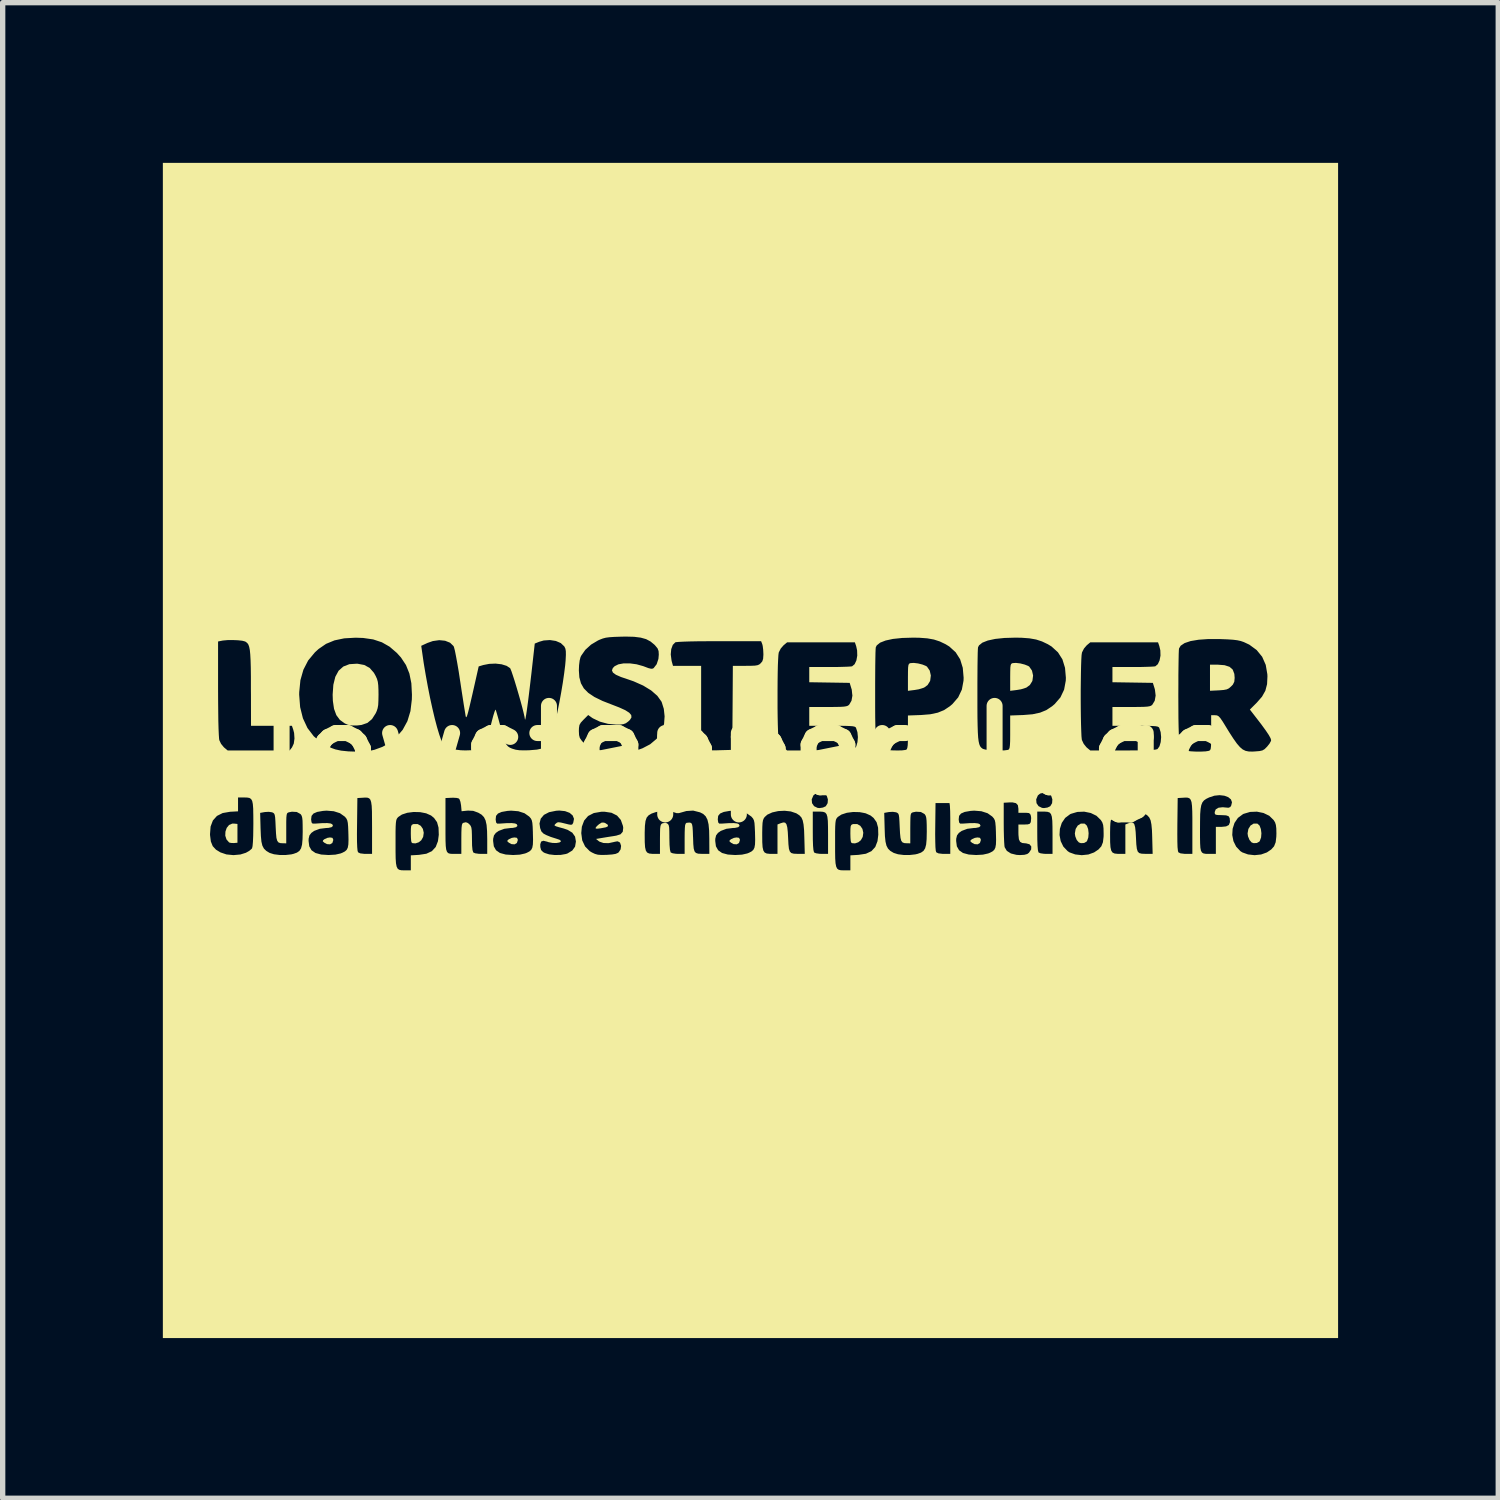
<source format=kicad_pcb>
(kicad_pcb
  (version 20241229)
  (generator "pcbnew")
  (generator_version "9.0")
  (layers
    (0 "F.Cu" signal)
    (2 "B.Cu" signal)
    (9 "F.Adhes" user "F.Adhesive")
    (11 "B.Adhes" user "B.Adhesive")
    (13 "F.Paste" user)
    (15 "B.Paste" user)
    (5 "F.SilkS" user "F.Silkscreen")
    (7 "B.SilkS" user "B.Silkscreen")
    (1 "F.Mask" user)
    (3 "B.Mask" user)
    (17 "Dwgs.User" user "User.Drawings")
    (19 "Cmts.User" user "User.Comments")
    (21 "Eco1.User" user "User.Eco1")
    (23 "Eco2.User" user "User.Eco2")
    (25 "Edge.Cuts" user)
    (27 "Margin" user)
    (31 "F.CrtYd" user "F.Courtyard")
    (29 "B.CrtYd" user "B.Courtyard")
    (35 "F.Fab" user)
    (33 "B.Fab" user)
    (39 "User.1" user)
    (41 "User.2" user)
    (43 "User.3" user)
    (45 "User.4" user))
  (footprint "lowstepper_logo"
    (layer "F.Cu")
    (at 11.005 11.005)
    (property "Reference" "lowstepper_logo" (at 0 0 0) (layer "F.SilkS") (effects (font (size 1.524 1.524) (thickness 0.3))))
    (attr board_only exclude_from_pos_files exclude_from_bom)
    (fp_poly (pts (xy -9.608 1.376) (xy -9.608 1.728) (xy -9.674 1.734) (xy -9.729 1.732) (xy -9.764 1.723) (xy -9.813 1.667) (xy -9.836 1.596) (xy -9.833 1.52) (xy -9.809 1.45) (xy -9.766 1.396) (xy -9.706 1.37) (xy -9.677 1.369)) (stroke (width 0) (type solid)) (fill yes) (layer "F.SilkS"))
    (fp_poly (pts (xy -7.83 1.636) (xy -7.815 1.664) (xy -7.814 1.681) (xy -7.831 1.733) (xy -7.874 1.758) (xy -7.931 1.754) (xy -7.98 1.728) (xy -8.01 1.701) (xy -8.004 1.682) (xy -7.98 1.662) (xy -7.925 1.637) (xy -7.876 1.629)) (stroke (width 0) (type solid)) (fill yes) (layer "F.SilkS"))
    (fp_poly (pts (xy -4.374 1.636) (xy -4.359 1.664) (xy -4.358 1.681) (xy -4.375 1.733) (xy -4.418 1.758) (xy -4.476 1.754) (xy -4.524 1.728) (xy -4.554 1.701) (xy -4.549 1.682) (xy -4.524 1.662) (xy -4.47 1.637) (xy -4.42 1.629)) (stroke (width 0) (type solid)) (fill yes) (layer "F.SilkS"))
    (fp_poly (pts (xy -0.215 1.636) (xy -0.199 1.664) (xy -0.198 1.681) (xy -0.215 1.733) (xy -0.258 1.758) (xy -0.316 1.754) (xy -0.364 1.728) (xy -0.394 1.701) (xy -0.389 1.682) (xy -0.364 1.662) (xy -0.31 1.637) (xy -0.26 1.629)) (stroke (width 0) (type solid)) (fill yes) (layer "F.SilkS"))
    (fp_poly (pts (xy 4.298 1.636) (xy 4.313 1.664) (xy 4.314 1.681) (xy 4.297 1.733) (xy 4.254 1.758) (xy 4.196 1.754) (xy 4.148 1.728) (xy 4.118 1.701) (xy 4.123 1.682) (xy 4.148 1.662) (xy 4.202 1.637) (xy 4.252 1.629)) (stroke (width 0) (type solid)) (fill yes) (layer "F.SilkS"))
    (fp_poly (pts (xy -2.743 1.351) (xy -2.719 1.36) (xy -2.673 1.391) (xy -2.668 1.418) (xy -2.705 1.438) (xy -2.713 1.44) (xy -2.808 1.458) (xy -2.867 1.465) (xy -2.896 1.463) (xy -2.901 1.45) (xy -2.9 1.448) (xy -2.878 1.418) (xy -2.835 1.38) (xy -2.833 1.379) (xy -2.785 1.35)) (stroke (width 0) (type solid)) (fill yes) (layer "F.SilkS"))
    (fp_poly (pts (xy 8.879 -1.597) (xy 8.972 -1.567) (xy 9.032 -1.514) (xy 9.062 -1.434) (xy 9.068 -1.359) (xy 9.061 -1.287) (xy 9.034 -1.233) (xy 9.001 -1.199) (xy 8.961 -1.164) (xy 8.919 -1.144) (xy 8.861 -1.133) (xy 8.774 -1.126) (xy 8.77 -1.126) (xy 8.606 -1.118) (xy 8.606 -1.607) (xy 8.75 -1.607)) (stroke (width 0) (type solid)) (fill yes) (layer "F.SilkS"))
    (fp_poly (pts (xy 6.262 1.373) (xy 6.3 1.408) (xy 6.324 1.472) (xy 6.333 1.55) (xy 6.327 1.629) (xy 6.304 1.694) (xy 6.294 1.707) (xy 6.248 1.733) (xy 6.188 1.736) (xy 6.15 1.722) (xy 6.11 1.676) (xy 6.083 1.608) (xy 6.075 1.554) (xy 6.09 1.47) (xy 6.129 1.406) (xy 6.186 1.37) (xy 6.252 1.369)) (stroke (width 0) (type solid)) (fill yes) (layer "F.SilkS"))
    (fp_poly (pts (xy 9.498 1.373) (xy 9.535 1.408) (xy 9.559 1.472) (xy 9.569 1.55) (xy 9.563 1.629) (xy 9.539 1.694) (xy 9.53 1.707) (xy 9.483 1.733) (xy 9.423 1.736) (xy 9.385 1.722) (xy 9.346 1.676) (xy 9.318 1.608) (xy 9.31 1.554) (xy 9.325 1.47) (xy 9.365 1.406) (xy 9.422 1.37) (xy 9.488 1.369)) (stroke (width 0) (type solid)) (fill yes) (layer "F.SilkS"))
    (fp_poly (pts (xy -6.233 1.378) (xy -6.175 1.411) (xy -6.135 1.469) (xy -6.119 1.541) (xy -6.13 1.619) (xy -6.165 1.681) (xy -6.213 1.72) (xy -6.274 1.74) (xy -6.328 1.736) (xy -6.346 1.724) (xy -6.354 1.696) (xy -6.359 1.637) (xy -6.361 1.558) (xy -6.361 1.55) (xy -6.36 1.468) (xy -6.355 1.419) (xy -6.343 1.394) (xy -6.319 1.381) (xy -6.306 1.378)) (stroke (width 0) (type solid)) (fill yes) (layer "F.SilkS"))
    (fp_poly (pts (xy 1.999 1.378) (xy 2.057 1.411) (xy 2.097 1.469) (xy 2.113 1.541) (xy 2.102 1.619) (xy 2.067 1.681) (xy 2.018 1.72) (xy 1.958 1.74) (xy 1.904 1.736) (xy 1.886 1.724) (xy 1.878 1.696) (xy 1.873 1.637) (xy 1.871 1.558) (xy 1.871 1.55) (xy 1.872 1.468) (xy 1.877 1.419) (xy 1.889 1.394) (xy 1.913 1.381) (xy 1.926 1.378)) (stroke (width 0) (type solid)) (fill yes) (layer "F.SilkS"))
    (fp_poly (pts (xy 3.139 -1.63) (xy 3.222 -1.609) (xy 3.286 -1.583) (xy 3.306 -1.57) (xy 3.357 -1.496) (xy 3.378 -1.404) (xy 3.366 -1.309) (xy 3.36 -1.294) (xy 3.317 -1.225) (xy 3.251 -1.177) (xy 3.153 -1.146) (xy 3.076 -1.133) (xy 2.949 -1.117) (xy 2.949 -1.371) (xy 2.95 -1.479) (xy 2.952 -1.552) (xy 2.958 -1.597) (xy 2.968 -1.621) (xy 2.984 -1.632) (xy 2.997 -1.636) (xy 3.058 -1.64)) (stroke (width 0) (type solid)) (fill yes) (layer "F.SilkS"))
    (fp_poly (pts (xy 5.054 -1.63) (xy 5.136 -1.609) (xy 5.201 -1.583) (xy 5.221 -1.57) (xy 5.272 -1.496) (xy 5.293 -1.404) (xy 5.281 -1.309) (xy 5.275 -1.294) (xy 5.232 -1.225) (xy 5.166 -1.177) (xy 5.068 -1.146) (xy 4.991 -1.133) (xy 4.864 -1.117) (xy 4.864 -1.371) (xy 4.865 -1.479) (xy 4.867 -1.552) (xy 4.873 -1.597) (xy 4.883 -1.621) (xy 4.899 -1.632) (xy 4.912 -1.636) (xy 4.973 -1.64)) (stroke (width 0) (type solid)) (fill yes) (layer "F.SilkS"))
    (fp_poly (pts (xy -7.361 -1.625) (xy -7.233 -1.601) (xy -7.132 -1.546) (xy -7.052 -1.454) (xy -7.018 -1.393) (xy -6.994 -1.339) (xy -6.979 -1.285) (xy -6.971 -1.22) (xy -6.967 -1.131) (xy -6.966 -1.045) (xy -6.968 -0.932) (xy -6.972 -0.851) (xy -6.983 -0.79) (xy -7 -0.738) (xy -7.018 -0.698) (xy -7.088 -0.588) (xy -7.174 -0.516) (xy -7.284 -0.478) (xy -7.371 -0.468) (xy -7.468 -0.468) (xy -7.54 -0.481) (xy -7.597 -0.506) (xy -7.689 -0.572) (xy -7.756 -0.662) (xy -7.799 -0.779) (xy -7.821 -0.928) (xy -7.825 -1.045) (xy -7.812 -1.231) (xy -7.775 -1.38) (xy -7.713 -1.494) (xy -7.625 -1.572) (xy -7.512 -1.616) (xy -7.372 -1.625)) (stroke (width 0) (type solid)) (fill yes) (layer "F.SilkS"))
    (fp_poly (pts (xy 11.005 11.005) (xy -11.005 11.005) (xy -11.005 1.569) (xy -10.122 1.569) (xy -10.121 1.588) (xy -10.106 1.705) (xy -10.071 1.792) (xy -10.01 1.858) (xy -9.926 1.909) (xy -9.814 1.947) (xy -9.683 1.96) (xy -9.552 1.948) (xy -9.45 1.916) (xy -9.388 1.881) (xy -9.343 1.843) (xy -9.334 1.83) (xy -9.325 1.791) (xy -9.318 1.712) (xy -9.313 1.598) (xy -9.311 1.454) (xy -9.31 1.368) (xy -9.311 1.209) (xy -9.312 1.169) (xy -9.183 1.169) (xy -9.175 1.464) (xy -9.169 1.604) (xy -9.159 1.708) (xy -9.141 1.783) (xy -9.112 1.838) (xy -9.069 1.88) (xy -9.01 1.916) (xy -9.001 1.92) (xy -8.924 1.944) (xy -8.821 1.957) (xy -8.708 1.958) (xy -8.6 1.946) (xy -8.558 1.936) (xy -8.494 1.913) (xy -8.448 1.881) (xy -8.417 1.833) (xy -8.398 1.762) (xy -8.392 1.694) (xy -8.276 1.694) (xy -8.263 1.795) (xy -8.221 1.869) (xy -8.147 1.92) (xy -8.04 1.949) (xy -7.902 1.958) (xy -7.775 1.951) (xy -7.677 1.929) (xy -7.644 1.916) (xy -7.596 1.891) (xy -7.563 1.862) (xy -7.542 1.821) (xy -7.531 1.76) (xy -7.528 1.672) (xy -7.53 1.567) (xy -7.37 1.567) (xy -7.369 1.708) (xy -7.365 1.81) (xy -7.359 1.875) (xy -7.35 1.906) (xy -7.349 1.907) (xy -7.309 1.927) (xy -7.235 1.936) (xy -7.206 1.937) (xy -7.087 1.937) (xy -7.087 1.736) (xy -6.647 1.736) (xy -6.647 1.898) (xy -6.645 2.022) (xy -6.639 2.112) (xy -6.627 2.174) (xy -6.608 2.213) (xy -6.58 2.234) (xy -6.541 2.243) (xy -6.488 2.245) (xy -6.469 2.245) (xy -6.361 2.245) (xy -6.361 1.964) (xy -6.208 1.955) (xy -6.07 1.934) (xy -5.967 1.886) (xy -5.895 1.808) (xy -5.853 1.699) (xy -5.837 1.578) (xy -5.838 1.561) (xy -5.712 1.561) (xy -5.711 1.691) (xy -5.707 1.787) (xy -5.699 1.853) (xy -5.684 1.897) (xy -5.662 1.922) (xy -5.63 1.933) (xy -5.586 1.937) (xy -5.53 1.937) (xy -5.53 1.937) (xy -5.415 1.937) (xy -5.415 1.653) (xy -5.414 1.534) (xy -5.411 1.451) (xy -5.405 1.399) (xy -5.396 1.37) (xy -5.381 1.357) (xy -5.38 1.356) (xy -5.33 1.344) (xy -5.291 1.359) (xy -5.26 1.387) (xy -5.24 1.412) (xy -5.227 1.446) (xy -5.22 1.499) (xy -5.217 1.579) (xy -5.216 1.657) (xy -5.214 1.78) (xy -5.206 1.864) (xy -5.192 1.908) (xy -5.19 1.911) (xy -5.154 1.926) (xy -5.091 1.935) (xy -5.047 1.937) (xy -4.93 1.937) (xy -4.93 1.694) (xy -4.82 1.694) (xy -4.807 1.795) (xy -4.765 1.869) (xy -4.692 1.92) (xy -4.584 1.949) (xy -4.446 1.958) (xy -4.319 1.951) (xy -4.221 1.929) (xy -4.188 1.916) (xy -4.14 1.891) (xy -4.107 1.862) (xy -4.086 1.821) (xy -4.075 1.76) (xy -4.072 1.672) (xy -4.075 1.548) (xy -4.075 1.532) (xy -4.079 1.428) (xy -4.084 1.368) (xy -3.951 1.368) (xy -3.939 1.454) (xy -3.916 1.516) (xy -3.876 1.557) (xy -3.823 1.585) (xy -3.74 1.619) (xy -3.652 1.647) (xy -3.636 1.652) (xy -3.577 1.672) (xy -3.55 1.694) (xy -3.549 1.702) (xy -3.577 1.723) (xy -3.634 1.733) (xy -3.706 1.732) (xy -3.78 1.718) (xy -3.808 1.708) (xy -3.878 1.691) (xy -3.92 1.706) (xy -3.937 1.757) (xy -3.936 1.809) (xy -3.921 1.865) (xy -3.883 1.903) (xy -3.852 1.92) (xy -3.77 1.946) (xy -3.665 1.958) (xy -3.554 1.956) (xy -3.458 1.939) (xy -3.427 1.929) (xy -3.337 1.874) (xy -3.285 1.801) (xy -3.269 1.705) (xy -3.285 1.613) (xy -3.331 1.548) (xy -3.169 1.548) (xy -3.151 1.684) (xy -3.097 1.798) (xy -3.011 1.885) (xy -2.97 1.91) (xy -2.913 1.937) (xy -2.858 1.952) (xy -2.79 1.957) (xy -2.694 1.955) (xy -2.693 1.955) (xy -2.593 1.948) (xy -2.526 1.937) (xy -2.482 1.918) (xy -2.467 1.906) (xy -2.432 1.852) (xy -2.423 1.787) (xy -2.441 1.731) (xy -2.454 1.717) (xy -2.491 1.701) (xy -2.545 1.711) (xy -2.556 1.714) (xy -2.657 1.736) (xy -2.753 1.733) (xy -2.829 1.707) (xy -2.841 1.698) (xy -2.892 1.657) (xy -2.75 1.633) (xy -2.658 1.618) (xy -2.567 1.604) (xy -2.514 1.595) (xy -2.485 1.586) (xy -1.981 1.586) (xy -1.98 1.718) (xy -1.974 1.811) (xy -1.96 1.874) (xy -1.936 1.911) (xy -1.897 1.93) (xy -1.841 1.936) (xy -1.803 1.937) (xy -1.695 1.937) (xy -1.695 1.663) (xy -1.694 1.548) (xy -1.692 1.469) (xy -1.686 1.418) (xy -1.677 1.389) (xy -1.662 1.372) (xy -1.651 1.365) (xy -1.594 1.353) (xy -1.563 1.365) (xy -1.544 1.379) (xy -1.531 1.402) (xy -1.523 1.442) (xy -1.52 1.508) (xy -1.519 1.607) (xy -1.519 1.636) (xy -1.516 1.768) (xy -1.508 1.858) (xy -1.496 1.906) (xy -1.492 1.911) (xy -1.456 1.926) (xy -1.394 1.935) (xy -1.349 1.937) (xy -1.233 1.937) (xy -1.233 1.653) (xy -1.232 1.534) (xy -1.229 1.453) (xy -1.224 1.4) (xy -1.214 1.371) (xy -1.2 1.357) (xy -1.196 1.355) (xy -1.144 1.35) (xy -1.122 1.354) (xy -1.105 1.364) (xy -1.093 1.389) (xy -1.085 1.434) (xy -1.08 1.507) (xy -1.076 1.617) (xy -1.075 1.63) (xy -1.071 1.752) (xy -1.063 1.836) (xy -1.048 1.889) (xy -1.022 1.919) (xy -0.979 1.933) (xy -0.916 1.936) (xy -0.886 1.937) (xy -0.77 1.937) (xy -0.771 1.694) (xy -0.66 1.694) (xy -0.647 1.795) (xy -0.605 1.869) (xy -0.532 1.92) (xy -0.424 1.949) (xy -0.286 1.958) (xy -0.159 1.951) (xy -0.061 1.929) (xy -0.028 1.916) (xy 0.02 1.891) (xy 0.053 1.862) (xy 0.074 1.821) (xy 0.085 1.76) (xy 0.088 1.672) (xy 0.086 1.586) (xy 0.22 1.586) (xy 0.221 1.718) (xy 0.227 1.811) (xy 0.241 1.874) (xy 0.265 1.911) (xy 0.304 1.93) (xy 0.36 1.936) (xy 0.398 1.937) (xy 0.506 1.937) (xy 0.506 1.386) (xy 0.567 1.362) (xy 0.615 1.348) (xy 0.649 1.352) (xy 0.673 1.38) (xy 0.689 1.437) (xy 0.699 1.527) (xy 0.705 1.638) (xy 0.711 1.757) (xy 0.72 1.84) (xy 0.737 1.892) (xy 0.765 1.921) (xy 0.809 1.933) (xy 0.875 1.936) (xy 0.899 1.937) (xy 1.017 1.937) (xy 1.009 1.633) (xy 1.005 1.514) (xy 1.167 1.514) (xy 1.168 1.671) (xy 1.172 1.786) (xy 1.179 1.863) (xy 1.189 1.904) (xy 1.193 1.911) (xy 1.229 1.926) (xy 1.292 1.935) (xy 1.336 1.937) (xy 1.453 1.937) (xy 1.453 1.736) (xy 1.585 1.736) (xy 1.585 1.898) (xy 1.587 2.022) (xy 1.593 2.112) (xy 1.605 2.174) (xy 1.624 2.213) (xy 1.652 2.234) (xy 1.691 2.243) (xy 1.744 2.245) (xy 1.762 2.245) (xy 1.871 2.245) (xy 1.871 1.964) (xy 2.024 1.955) (xy 2.162 1.934) (xy 2.265 1.886) (xy 2.337 1.808) (xy 2.379 1.699) (xy 2.394 1.578) (xy 2.39 1.445) (xy 2.362 1.343) (xy 2.306 1.264) (xy 2.249 1.218) (xy 2.158 1.177) (xy 2.12 1.169) (xy 2.505 1.169) (xy 2.513 1.464) (xy 2.518 1.604) (xy 2.529 1.708) (xy 2.547 1.783) (xy 2.576 1.838) (xy 2.618 1.88) (xy 2.678 1.916) (xy 2.687 1.92) (xy 2.763 1.944) (xy 2.866 1.957) (xy 2.98 1.958) (xy 3.087 1.946) (xy 3.13 1.936) (xy 3.194 1.913) (xy 3.24 1.881) (xy 3.271 1.833) (xy 3.29 1.762) (xy 3.299 1.662) (xy 3.301 1.567) (xy 3.459 1.567) (xy 3.461 1.708) (xy 3.464 1.81) (xy 3.47 1.875) (xy 3.479 1.906) (xy 3.48 1.907) (xy 3.52 1.927) (xy 3.594 1.936) (xy 3.623 1.937) (xy 3.742 1.937) (xy 3.742 1.694) (xy 3.852 1.694) (xy 3.865 1.795) (xy 3.907 1.869) (xy 3.98 1.92) (xy 4.088 1.949) (xy 4.226 1.958) (xy 4.353 1.951) (xy 4.451 1.929) (xy 4.484 1.916) (xy 4.532 1.891) (xy 4.565 1.862) (xy 4.586 1.821) (xy 4.597 1.76) (xy 4.6 1.672) (xy 4.597 1.548) (xy 4.597 1.532) (xy 4.593 1.428) (xy 4.587 1.365) (xy 4.743 1.365) (xy 4.744 1.495) (xy 4.747 1.614) (xy 4.751 1.712) (xy 4.756 1.782) (xy 4.76 1.811) (xy 4.801 1.88) (xy 4.877 1.929) (xy 4.982 1.955) (xy 5.046 1.959) (xy 5.13 1.954) (xy 5.184 1.939) (xy 5.216 1.915) (xy 5.257 1.853) (xy 5.259 1.798) (xy 5.226 1.757) (xy 5.16 1.739) (xy 5.152 1.739) (xy 5.089 1.733) (xy 5.049 1.71) (xy 5.027 1.663) (xy 5.019 1.582) (xy 5.018 1.536) (xy 5.018 1.514) (xy 5.371 1.514) (xy 5.372 1.671) (xy 5.376 1.786) (xy 5.383 1.863) (xy 5.393 1.904) (xy 5.397 1.911) (xy 5.433 1.926) (xy 5.496 1.935) (xy 5.54 1.937) (xy 5.657 1.937) (xy 5.657 1.583) (xy 5.788 1.583) (xy 5.81 1.698) (xy 5.86 1.801) (xy 5.94 1.885) (xy 5.976 1.909) (xy 6.082 1.947) (xy 6.205 1.961) (xy 6.329 1.948) (xy 6.434 1.91) (xy 6.436 1.909) (xy 6.518 1.854) (xy 6.571 1.795) (xy 6.601 1.719) (xy 6.613 1.617) (xy 6.614 1.586) (xy 6.735 1.586) (xy 6.736 1.718) (xy 6.742 1.811) (xy 6.756 1.874) (xy 6.78 1.911) (xy 6.819 1.93) (xy 6.875 1.936) (xy 6.913 1.937) (xy 7.021 1.937) (xy 7.021 1.386) (xy 7.082 1.362) (xy 7.13 1.348) (xy 7.165 1.352) (xy 7.188 1.38) (xy 7.204 1.437) (xy 7.214 1.527) (xy 7.22 1.638) (xy 7.226 1.757) (xy 7.236 1.84) (xy 7.252 1.892) (xy 7.28 1.921) (xy 7.324 1.933) (xy 7.39 1.936) (xy 7.414 1.937) (xy 7.532 1.937) (xy 7.524 1.633) (xy 7.522 1.567) (xy 7.994 1.567) (xy 7.995 1.708) (xy 7.998 1.81) (xy 8.005 1.875) (xy 8.013 1.906) (xy 8.014 1.907) (xy 8.054 1.927) (xy 8.129 1.936) (xy 8.158 1.937) (xy 8.276 1.937) (xy 8.276 1.469) (xy 8.419 1.469) (xy 8.419 1.624) (xy 8.421 1.74) (xy 8.426 1.823) (xy 8.437 1.878) (xy 8.457 1.912) (xy 8.486 1.929) (xy 8.528 1.936) (xy 8.584 1.937) (xy 8.601 1.937) (xy 8.716 1.937) (xy 8.716 1.583) (xy 9.023 1.583) (xy 9.045 1.698) (xy 9.096 1.801) (xy 9.175 1.885) (xy 9.212 1.909) (xy 9.318 1.947) (xy 9.441 1.961) (xy 9.564 1.948) (xy 9.67 1.91) (xy 9.672 1.909) (xy 9.753 1.854) (xy 9.806 1.795) (xy 9.836 1.719) (xy 9.848 1.617) (xy 9.85 1.556) (xy 9.848 1.46) (xy 9.84 1.395) (xy 9.825 1.347) (xy 9.798 1.303) (xy 9.797 1.302) (xy 9.716 1.223) (xy 9.608 1.171) (xy 9.485 1.146) (xy 9.357 1.151) (xy 9.235 1.187) (xy 9.222 1.194) (xy 9.129 1.263) (xy 9.065 1.357) (xy 9.03 1.467) (xy 9.023 1.583) (xy 8.716 1.583) (xy 8.716 1.431) (xy 8.822 1.431) (xy 8.908 1.422) (xy 8.959 1.396) (xy 8.979 1.346) (xy 8.98 1.329) (xy 8.975 1.267) (xy 8.954 1.231) (xy 8.907 1.215) (xy 8.825 1.211) (xy 8.824 1.211) (xy 8.751 1.209) (xy 8.713 1.203) (xy 8.697 1.186) (xy 8.694 1.156) (xy 8.694 1.155) (xy 8.713 1.104) (xy 8.766 1.072) (xy 8.845 1.063) (xy 8.895 1.068) (xy 8.952 1.073) (xy 8.985 1.06) (xy 9.003 1.033) (xy 9.018 0.97) (xy 8.998 0.916) (xy 8.947 0.874) (xy 8.874 0.847) (xy 8.785 0.837) (xy 8.688 0.847) (xy 8.591 0.879) (xy 8.536 0.906) (xy 8.494 0.935) (xy 8.464 0.972) (xy 8.443 1.024) (xy 8.43 1.095) (xy 8.422 1.193) (xy 8.42 1.324) (xy 8.419 1.469) (xy 8.276 1.469) (xy 8.276 1.443) (xy 8.276 1.271) (xy 8.274 1.137) (xy 8.269 1.037) (xy 8.26 0.967) (xy 8.244 0.922) (xy 8.221 0.896) (xy 8.189 0.884) (xy 8.146 0.882) (xy 8.103 0.885) (xy 8.001 0.891) (xy 7.995 1.384) (xy 7.994 1.567) (xy 7.522 1.567) (xy 7.519 1.491) (xy 7.509 1.385) (xy 7.494 1.309) (xy 7.469 1.255) (xy 7.432 1.215) (xy 7.382 1.182) (xy 7.371 1.176) (xy 7.271 1.142) (xy 7.155 1.129) (xy 7.035 1.135) (xy 6.923 1.16) (xy 6.831 1.202) (xy 6.781 1.247) (xy 6.762 1.275) (xy 6.749 1.309) (xy 6.741 1.358) (xy 6.737 1.429) (xy 6.735 1.533) (xy 6.735 1.586) (xy 6.614 1.586) (xy 6.614 1.556) (xy 6.612 1.46) (xy 6.605 1.395) (xy 6.589 1.347) (xy 6.562 1.303) (xy 6.561 1.302) (xy 6.48 1.223) (xy 6.373 1.171) (xy 6.25 1.146) (xy 6.122 1.151) (xy 6 1.187) (xy 5.986 1.194) (xy 5.894 1.263) (xy 5.83 1.357) (xy 5.795 1.467) (xy 5.788 1.583) (xy 5.657 1.583) (xy 5.657 1.575) (xy 5.656 1.428) (xy 5.653 1.318) (xy 5.644 1.241) (xy 5.628 1.191) (xy 5.602 1.162) (xy 5.563 1.149) (xy 5.51 1.145) (xy 5.479 1.145) (xy 5.371 1.145) (xy 5.371 1.514) (xy 5.018 1.514) (xy 5.018 1.387) (xy 5.128 1.387) (xy 5.194 1.384) (xy 5.23 1.373) (xy 5.247 1.348) (xy 5.251 1.332) (xy 5.257 1.265) (xy 5.251 1.222) (xy 5.238 1.189) (xy 5.213 1.172) (xy 5.161 1.167) (xy 5.128 1.167) (xy 5.018 1.167) (xy 5.018 1.092) (xy 5.008 1.025) (xy 4.973 0.987) (xy 4.906 0.972) (xy 4.849 0.973) (xy 4.743 0.979) (xy 4.743 1.365) (xy 4.587 1.365) (xy 4.587 1.357) (xy 4.577 1.31) (xy 4.561 1.276) (xy 4.535 1.245) (xy 4.526 1.236) (xy 4.44 1.175) (xy 4.324 1.138) (xy 4.189 1.127) (xy 4.12 1.132) (xy 4.012 1.151) (xy 3.943 1.181) (xy 3.907 1.225) (xy 3.9 1.288) (xy 3.9 1.294) (xy 3.908 1.348) (xy 3.926 1.369) (xy 3.967 1.37) (xy 3.973 1.37) (xy 4.107 1.361) (xy 4.202 1.36) (xy 4.264 1.367) (xy 4.296 1.382) (xy 4.309 1.413) (xy 4.282 1.437) (xy 4.222 1.45) (xy 4.182 1.452) (xy 4.061 1.467) (xy 3.957 1.506) (xy 3.903 1.544) (xy 3.868 1.591) (xy 3.853 1.654) (xy 3.852 1.694) (xy 3.742 1.694) (xy 3.742 1.443) (xy 3.742 1.271) (xy 3.74 1.137) (xy 3.735 1.037) (xy 3.725 0.967) (xy 3.71 0.922) (xy 3.705 0.916) (xy 5.351 0.916) (xy 5.357 0.987) (xy 5.395 1.043) (xy 5.46 1.075) (xy 5.497 1.079) (xy 5.562 1.069) (xy 5.613 1.045) (xy 5.616 1.042) (xy 5.649 0.987) (xy 5.654 0.916) (xy 5.633 0.85) (xy 5.62 0.833) (xy 5.565 0.8) (xy 5.494 0.791) (xy 5.426 0.807) (xy 5.383 0.841) (xy 5.351 0.916) (xy 3.705 0.916) (xy 3.687 0.896) (xy 3.655 0.884) (xy 3.612 0.882) (xy 3.569 0.885) (xy 3.467 0.891) (xy 3.461 1.384) (xy 3.459 1.567) (xy 3.301 1.567) (xy 3.302 1.524) (xy 3.302 1.516) (xy 3.301 1.397) (xy 3.298 1.315) (xy 3.292 1.26) (xy 3.282 1.224) (xy 3.267 1.199) (xy 3.258 1.189) (xy 3.191 1.152) (xy 3.1 1.147) (xy 3.043 1.158) (xy 3.023 1.166) (xy 3.009 1.18) (xy 3 1.208) (xy 2.996 1.257) (xy 2.994 1.336) (xy 2.993 1.451) (xy 2.993 1.739) (xy 2.933 1.738) (xy 2.883 1.735) (xy 2.848 1.722) (xy 2.824 1.691) (xy 2.81 1.637) (xy 2.801 1.552) (xy 2.795 1.437) (xy 2.79 1.327) (xy 2.785 1.253) (xy 2.778 1.207) (xy 2.766 1.181) (xy 2.748 1.167) (xy 2.727 1.158) (xy 2.666 1.149) (xy 2.595 1.153) (xy 2.587 1.154) (xy 2.505 1.169) (xy 2.12 1.169) (xy 2.045 1.155) (xy 1.923 1.152) (xy 1.805 1.167) (xy 1.704 1.2) (xy 1.636 1.245) (xy 1.619 1.264) (xy 1.606 1.285) (xy 1.597 1.314) (xy 1.591 1.358) (xy 1.587 1.423) (xy 1.585 1.515) (xy 1.585 1.642) (xy 1.585 1.736) (xy 1.453 1.736) (xy 1.453 1.575) (xy 1.452 1.428) (xy 1.449 1.318) (xy 1.44 1.241) (xy 1.424 1.191) (xy 1.398 1.162) (xy 1.359 1.149) (xy 1.306 1.145) (xy 1.275 1.145) (xy 1.167 1.145) (xy 1.167 1.514) (xy 1.005 1.514) (xy 1.004 1.491) (xy 0.994 1.385) (xy 0.978 1.309) (xy 0.954 1.255) (xy 0.917 1.215) (xy 0.867 1.182) (xy 0.856 1.176) (xy 0.756 1.142) (xy 0.64 1.129) (xy 0.52 1.135) (xy 0.408 1.16) (xy 0.316 1.202) (xy 0.266 1.247) (xy 0.247 1.275) (xy 0.234 1.309) (xy 0.226 1.358) (xy 0.222 1.429) (xy 0.22 1.533) (xy 0.22 1.586) (xy 0.086 1.586) (xy 0.085 1.548) (xy 0.085 1.532) (xy 0.08 1.428) (xy 0.075 1.357) (xy 0.065 1.31) (xy 0.049 1.276) (xy 0.023 1.245) (xy 0.014 1.236) (xy -0.073 1.175) (xy -0.188 1.138) (xy -0.323 1.127) (xy -0.393 1.132) (xy -0.5 1.151) (xy -0.569 1.181) (xy -0.605 1.225) (xy -0.612 1.288) (xy -0.612 1.294) (xy -0.604 1.348) (xy -0.586 1.369) (xy -0.545 1.37) (xy -0.539 1.37) (xy -0.405 1.361) (xy -0.31 1.36) (xy -0.248 1.367) (xy -0.216 1.382) (xy -0.204 1.413) (xy -0.23 1.437) (xy -0.29 1.45) (xy -0.33 1.452) (xy -0.451 1.467) (xy -0.555 1.506) (xy -0.609 1.544) (xy -0.644 1.591) (xy -0.659 1.654) (xy -0.66 1.694) (xy -0.771 1.694) (xy -0.771 1.656) (xy -0.774 1.501) (xy -0.785 1.383) (xy -0.806 1.296) (xy -0.839 1.233) (xy -0.885 1.189) (xy -0.944 1.159) (xy -1.073 1.126) (xy -1.2 1.134) (xy -1.274 1.155) (xy -1.338 1.173) (xy -1.386 1.173) (xy -1.441 1.155) (xy -1.545 1.127) (xy -1.66 1.129) (xy -1.778 1.156) (xy -1.853 1.182) (xy -1.907 1.214) (xy -1.944 1.257) (xy -1.966 1.321) (xy -1.977 1.412) (xy -1.981 1.537) (xy -1.981 1.586) (xy -2.485 1.586) (xy -2.434 1.57) (xy -2.392 1.523) (xy -2.383 1.449) (xy -2.388 1.414) (xy -2.428 1.301) (xy -2.499 1.219) (xy -2.602 1.167) (xy -2.734 1.147) (xy -2.796 1.148) (xy -2.934 1.172) (xy -3.041 1.227) (xy -3.115 1.313) (xy -3.158 1.428) (xy -3.169 1.548) (xy -3.331 1.548) (xy -3.335 1.541) (xy -3.423 1.487) (xy -3.499 1.461) (xy -3.588 1.437) (xy -3.642 1.42) (xy -3.667 1.407) (xy -3.669 1.395) (xy -3.656 1.379) (xy -3.646 1.37) (xy -3.622 1.35) (xy -3.594 1.344) (xy -3.549 1.35) (xy -3.475 1.368) (xy -3.402 1.386) (xy -3.36 1.392) (xy -3.338 1.385) (xy -3.324 1.363) (xy -3.319 1.352) (xy -3.305 1.28) (xy -3.33 1.217) (xy -3.387 1.168) (xy -3.473 1.136) (xy -3.581 1.125) (xy -3.64 1.129) (xy -3.772 1.156) (xy -3.868 1.206) (xy -3.928 1.277) (xy -3.951 1.368) (xy -4.084 1.368) (xy -4.085 1.357) (xy -4.095 1.31) (xy -4.111 1.276) (xy -4.137 1.245) (xy -4.146 1.236) (xy -4.233 1.175) (xy -4.348 1.138) (xy -4.483 1.127) (xy -4.553 1.132) (xy -4.66 1.151) (xy -4.729 1.181) (xy -4.765 1.225) (xy -4.772 1.288) (xy -4.772 1.294) (xy -4.764 1.348) (xy -4.746 1.369) (xy -4.705 1.37) (xy -4.699 1.37) (xy -4.565 1.361) (xy -4.47 1.36) (xy -4.408 1.367) (xy -4.376 1.382) (xy -4.364 1.413) (xy -4.39 1.437) (xy -4.45 1.45) (xy -4.49 1.452) (xy -4.611 1.467) (xy -4.715 1.506) (xy -4.769 1.544) (xy -4.804 1.591) (xy -4.819 1.654) (xy -4.82 1.694) (xy -4.93 1.694) (xy -4.93 1.662) (xy -4.933 1.51) (xy -4.942 1.395) (xy -4.961 1.31) (xy -4.991 1.249) (xy -5.035 1.203) (xy -5.095 1.167) (xy -5.099 1.165) (xy -5.192 1.131) (xy -5.286 1.126) (xy -5.303 1.127) (xy -5.41 1.138) (xy -5.42 1.029) (xy -5.432 0.961) (xy -5.449 0.916) (xy 1.147 0.916) (xy 1.153 0.987) (xy 1.191 1.043) (xy 1.256 1.075) (xy 1.293 1.079) (xy 1.358 1.069) (xy 1.409 1.045) (xy 1.412 1.042) (xy 1.445 0.987) (xy 1.45 0.916) (xy 1.429 0.85) (xy 1.416 0.833) (xy 1.361 0.8) (xy 1.29 0.791) (xy 1.222 0.807) (xy 1.179 0.841) (xy 1.147 0.916) (xy -5.449 0.916) (xy -5.45 0.913) (xy -5.461 0.9) (xy -5.5 0.889) (xy -5.564 0.885) (xy -5.602 0.886) (xy -5.712 0.891) (xy -5.712 1.393) (xy -5.712 1.561) (xy -5.838 1.561) (xy -5.842 1.445) (xy -5.87 1.343) (xy -5.926 1.264) (xy -5.982 1.218) (xy -6.074 1.177) (xy -6.187 1.155) (xy -6.309 1.152) (xy -6.427 1.167) (xy -6.528 1.2) (xy -6.595 1.245) (xy -6.613 1.264) (xy -6.626 1.285) (xy -6.635 1.314) (xy -6.641 1.358) (xy -6.645 1.423) (xy -6.647 1.515) (xy -6.647 1.642) (xy -6.647 1.736) (xy -7.087 1.736) (xy -7.087 1.443) (xy -7.088 1.271) (xy -7.089 1.137) (xy -7.094 1.037) (xy -7.104 0.967) (xy -7.119 0.922) (xy -7.142 0.896) (xy -7.174 0.884) (xy -7.217 0.882) (xy -7.261 0.885) (xy -7.362 0.891) (xy -7.368 1.384) (xy -7.37 1.567) (xy -7.53 1.567) (xy -7.531 1.548) (xy -7.531 1.532) (xy -7.535 1.428) (xy -7.541 1.357) (xy -7.551 1.31) (xy -7.567 1.276) (xy -7.592 1.245) (xy -7.602 1.236) (xy -7.688 1.175) (xy -7.804 1.138) (xy -7.939 1.127) (xy -8.008 1.132) (xy -8.115 1.151) (xy -8.184 1.181) (xy -8.22 1.225) (xy -8.228 1.288) (xy -8.228 1.294) (xy -8.22 1.348) (xy -8.201 1.369) (xy -8.16 1.37) (xy -8.155 1.37) (xy -8.021 1.361) (xy -7.925 1.36) (xy -7.864 1.367) (xy -7.832 1.382) (xy -7.819 1.413) (xy -7.846 1.437) (xy -7.905 1.45) (xy -7.946 1.452) (xy -8.067 1.467) (xy -8.171 1.506) (xy -8.224 1.544) (xy -8.26 1.591) (xy -8.275 1.654) (xy -8.276 1.694) (xy -8.392 1.694) (xy -8.389 1.662) (xy -8.386 1.524) (xy -8.386 1.516) (xy -8.387 1.397) (xy -8.389 1.315) (xy -8.395 1.26) (xy -8.405 1.224) (xy -8.42 1.199) (xy -8.43 1.189) (xy -8.497 1.152) (xy -8.588 1.147) (xy -8.645 1.158) (xy -8.665 1.166) (xy -8.679 1.18) (xy -8.687 1.208) (xy -8.692 1.257) (xy -8.694 1.336) (xy -8.694 1.451) (xy -8.694 1.739) (xy -8.755 1.738) (xy -8.805 1.735) (xy -8.84 1.722) (xy -8.863 1.691) (xy -8.878 1.637) (xy -8.886 1.552) (xy -8.892 1.437) (xy -8.897 1.327) (xy -8.902 1.253) (xy -8.91 1.207) (xy -8.922 1.181) (xy -8.939 1.167) (xy -8.96 1.158) (xy -9.021 1.149) (xy -9.093 1.153) (xy -9.1 1.154) (xy -9.183 1.169) (xy -9.312 1.169) (xy -9.313 1.09) (xy -9.32 1.003) (xy -9.332 0.945) (xy -9.353 0.909) (xy -9.384 0.889) (xy -9.426 0.882) (xy -9.483 0.88) (xy -9.488 0.88) (xy -9.597 0.88) (xy -9.597 1.14) (xy -9.746 1.148) (xy -9.885 1.172) (xy -9.992 1.226) (xy -10.068 1.311) (xy -10.111 1.425) (xy -10.122 1.569) (xy -11.005 1.569) (xy -11.005 -2.041) (xy -9.971 -2.041) (xy -9.971 -1.158) (xy -9.97 -0.931) (xy -9.968 -0.727) (xy -9.966 -0.55) (xy -9.962 -0.405) (xy -9.957 -0.294) (xy -9.952 -0.221) (xy -9.948 -0.194) (xy -9.915 -0.124) (xy -9.864 -0.062) (xy -9.858 -0.056) (xy -9.791 0) (xy -8.631 0) (xy -8.586 -0.058) (xy -8.553 -0.129) (xy -8.54 -0.224) (xy -8.547 -0.328) (xy -8.564 -0.393) (xy -8.588 -0.462) (xy -9.354 -0.462) (xy -9.355 -1.045) (xy -8.452 -1.045) (xy -8.434 -0.812) (xy -8.382 -0.603) (xy -8.297 -0.421) (xy -8.179 -0.266) (xy -8.029 -0.141) (xy -7.849 -0.047) (xy -7.774 -0.02) (xy -7.667 0.003) (xy -7.531 0.017) (xy -7.383 0.022) (xy -7.238 0.017) (xy -7.109 0.002) (xy -7.042 -0.013) (xy -6.894 -0.067) (xy -6.771 -0.134) (xy -6.655 -0.226) (xy -6.636 -0.244) (xy -6.514 -0.386) (xy -6.425 -0.549) (xy -6.368 -0.737) (xy -6.342 -0.954) (xy -6.34 -1.045) (xy -6.351 -1.259) (xy -6.388 -1.441) (xy -6.452 -1.6) (xy -6.546 -1.742) (xy -6.624 -1.828) (xy -6.758 -1.943) (xy -6.787 -1.96) (xy -6.166 -1.96) (xy -6.151 -1.855) (xy -6.12 -1.639) (xy -6.083 -1.419) (xy -6.043 -1.2) (xy -6.001 -0.987) (xy -5.957 -0.786) (xy -5.913 -0.6) (xy -5.87 -0.437) (xy -5.829 -0.3) (xy -5.792 -0.194) (xy -5.76 -0.125) (xy -5.75 -0.111) (xy -5.68 -0.058) (xy -5.573 -0.022) (xy -5.426 -0.004) (xy -5.338 -0.001) (xy -5.219 -0.005) (xy -5.131 -0.016) (xy -5.061 -0.037) (xy -5.048 -0.043) (xy -4.956 -0.084) (xy -4.872 -0.437) (xy -4.843 -0.552) (xy -4.817 -0.649) (xy -4.795 -0.72) (xy -4.78 -0.759) (xy -4.773 -0.764) (xy -4.762 -0.733) (xy -4.743 -0.669) (xy -4.718 -0.581) (xy -4.69 -0.478) (xy -4.689 -0.475) (xy -4.652 -0.335) (xy -4.621 -0.232) (xy -4.595 -0.159) (xy -4.57 -0.109) (xy -4.541 -0.076) (xy -4.507 -0.053) (xy -4.464 -0.034) (xy -4.46 -0.033) (xy -4.397 -0.014) (xy -4.325 -0.004) (xy -4.231 -0.002) (xy -4.144 -0.004) (xy -4 -0.016) (xy -3.893 -0.039) (xy -3.819 -0.074) (xy -3.773 -0.124) (xy -3.761 -0.15) (xy -3.729 -0.244) (xy -3.696 -0.365) (xy -3.214 -0.365) (xy -3.21 -0.288) (xy -3.196 -0.235) (xy -3.163 -0.187) (xy -3.141 -0.162) (xy -3.063 -0.098) (xy -2.954 -0.045) (xy -2.916 -0.03) (xy -2.849 -0.009) (xy -2.79 0.006) (xy -2.727 0.014) (xy -2.65 0.018) (xy -2.546 0.018) (xy -2.454 0.016) (xy -2.32 0.011) (xy -2.22 0.005) (xy -2.143 -0.005) (xy -2.08 -0.02) (xy -2.022 -0.041) (xy -1.879 -0.116) (xy -1.759 -0.217) (xy -1.671 -0.337) (xy -1.651 -0.378) (xy -1.618 -0.5) (xy -1.608 -0.639) (xy -1.623 -0.779) (xy -1.661 -0.901) (xy -1.668 -0.917) (xy -1.745 -1.024) (xy -1.861 -1.125) (xy -2.01 -1.216) (xy -2.188 -1.295) (xy -2.289 -1.33) (xy -2.425 -1.376) (xy -2.52 -1.418) (xy -2.576 -1.459) (xy -2.594 -1.5) (xy -2.578 -1.543) (xy -2.544 -1.578) (xy -2.474 -1.613) (xy -2.376 -1.631) (xy -2.258 -1.631) (xy -2.133 -1.614) (xy -2.011 -1.58) (xy -1.989 -1.572) (xy -1.91 -1.542) (xy -1.859 -1.53) (xy -1.828 -1.534) (xy -1.813 -1.543) (xy -1.757 -1.615) (xy -1.724 -1.715) (xy -1.717 -1.795) (xy -1.717 -1.799) (xy -1.493 -1.799) (xy -1.479 -1.69) (xy -1.474 -1.667) (xy -1.451 -1.585) (xy -0.924 -1.585) (xy -0.924 -0.129) (xy -0.859 -0.064) (xy -0.829 -0.034) (xy -0.8 -0.016) (xy -0.764 -0.006) (xy -0.709 -0.002) (xy -0.626 -0.003) (xy -0.568 -0.005) (xy -0.341 -0.011) (xy -0.335 -0.798) (xy -0.334 -0.959) (xy 0.507 -0.959) (xy 0.507 -0.79) (xy 0.509 -0.63) (xy 0.512 -0.485) (xy 0.516 -0.361) (xy 0.521 -0.266) (xy 0.527 -0.206) (xy 0.529 -0.194) (xy 0.562 -0.124) (xy 0.613 -0.062) (xy 0.619 -0.056) (xy 0.686 0) (xy 1.296 0) (xy 1.49 -0.001) (xy 1.645 -0.002) (xy 1.762 -0.005) (xy 1.848 -0.01) (xy 1.905 -0.016) (xy 1.938 -0.024) (xy 1.945 -0.028) (xy 1.982 -0.078) (xy 2.004 -0.157) (xy 2.012 -0.25) (xy 2.003 -0.343) (xy 1.977 -0.423) (xy 1.977 -0.424) (xy 1.967 -0.437) (xy 1.947 -0.447) (xy 1.911 -0.454) (xy 1.855 -0.458) (xy 1.771 -0.461) (xy 1.654 -0.462) (xy 1.529 -0.462) (xy 1.101 -0.462) (xy 1.101 -0.814) (xy 1.453 -0.814) (xy 1.586 -0.815) (xy 1.683 -0.817) (xy 1.75 -0.821) (xy 1.794 -0.828) (xy 1.823 -0.838) (xy 1.844 -0.853) (xy 1.848 -0.857) (xy 1.892 -0.931) (xy 1.909 -1.028) (xy 1.904 -1.068) (xy 2.335 -1.068) (xy 2.335 -1.045) (xy 2.335 -0.813) (xy 2.336 -0.621) (xy 2.339 -0.465) (xy 2.343 -0.341) (xy 2.349 -0.244) (xy 2.358 -0.172) (xy 2.37 -0.119) (xy 2.385 -0.081) (xy 2.404 -0.056) (xy 2.427 -0.037) (xy 2.443 -0.028) (xy 2.49 -0.016) (xy 2.566 -0.007) (xy 2.659 -0.002) (xy 2.755 0.000169) (xy 2.841 -0.002) (xy 2.902 -0.01) (xy 2.915 -0.013) (xy 2.929 -0.025) (xy 2.938 -0.051) (xy 2.945 -0.098) (xy 2.948 -0.172) (xy 2.949 -0.282) (xy 2.949 -0.341) (xy 2.949 -0.655) (xy 3.197 -0.664) (xy 3.368 -0.678) (xy 3.508 -0.708) (xy 3.626 -0.756) (xy 3.734 -0.828) (xy 3.782 -0.869) (xy 3.89 -0.994) (xy 3.925 -1.068) (xy 4.25 -1.068) (xy 4.25 -1.045) (xy 4.25 -0.813) (xy 4.251 -0.621) (xy 4.254 -0.465) (xy 4.258 -0.341) (xy 4.264 -0.244) (xy 4.273 -0.172) (xy 4.285 -0.119) (xy 4.3 -0.081) (xy 4.319 -0.056) (xy 4.342 -0.037) (xy 4.358 -0.028) (xy 4.404 -0.016) (xy 4.481 -0.007) (xy 4.574 -0.002) (xy 4.67 0.000169) (xy 4.756 -0.002) (xy 4.817 -0.01) (xy 4.829 -0.013) (xy 4.843 -0.025) (xy 4.853 -0.051) (xy 4.859 -0.098) (xy 4.863 -0.172) (xy 4.864 -0.282) (xy 4.864 -0.341) (xy 4.864 -0.655) (xy 5.112 -0.664) (xy 5.283 -0.678) (xy 5.423 -0.708) (xy 5.541 -0.756) (xy 5.649 -0.828) (xy 5.697 -0.869) (xy 5.775 -0.959) (xy 6.185 -0.959) (xy 6.186 -0.79) (xy 6.188 -0.63) (xy 6.191 -0.485) (xy 6.195 -0.361) (xy 6.199 -0.266) (xy 6.205 -0.206) (xy 6.208 -0.194) (xy 6.241 -0.124) (xy 6.291 -0.062) (xy 6.297 -0.056) (xy 6.364 0) (xy 6.975 0) (xy 7.169 -0.001) (xy 7.323 -0.002) (xy 7.441 -0.005) (xy 7.527 -0.01) (xy 7.584 -0.016) (xy 7.616 -0.024) (xy 7.624 -0.028) (xy 7.66 -0.078) (xy 7.683 -0.157) (xy 7.691 -0.25) (xy 7.682 -0.343) (xy 7.656 -0.423) (xy 7.656 -0.424) (xy 7.645 -0.437) (xy 7.625 -0.447) (xy 7.59 -0.454) (xy 7.533 -0.458) (xy 7.45 -0.461) (xy 7.333 -0.462) (xy 7.208 -0.462) (xy 6.779 -0.462) (xy 6.779 -0.814) (xy 7.131 -0.814) (xy 7.265 -0.815) (xy 7.362 -0.817) (xy 7.429 -0.821) (xy 7.473 -0.828) (xy 7.502 -0.838) (xy 7.522 -0.853) (xy 7.526 -0.857) (xy 7.571 -0.931) (xy 7.588 -1.028) (xy 7.586 -1.046) (xy 8.013 -1.046) (xy 8.013 -1.023) (xy 8.014 -0.791) (xy 8.015 -0.599) (xy 8.018 -0.443) (xy 8.022 -0.319) (xy 8.028 -0.222) (xy 8.037 -0.15) (xy 8.049 -0.097) (xy 8.064 -0.059) (xy 8.082 -0.034) (xy 8.106 -0.015) (xy 8.122 -0.006) (xy 8.17 0.006) (xy 8.249 0.016) (xy 8.343 0.021) (xy 8.439 0.021) (xy 8.524 0.017) (xy 8.579 0.008) (xy 8.598 0.001) (xy 8.611 -0.011) (xy 8.62 -0.037) (xy 8.625 -0.082) (xy 8.627 -0.154) (xy 8.628 -0.259) (xy 8.628 -0.333) (xy 8.628 -0.66) (xy 8.7 -0.66) (xy 8.737 -0.657) (xy 8.767 -0.641) (xy 8.799 -0.607) (xy 8.841 -0.546) (xy 8.869 -0.501) (xy 8.965 -0.344) (xy 9.044 -0.222) (xy 9.11 -0.129) (xy 9.167 -0.063) (xy 9.219 -0.019) (xy 9.272 0.007) (xy 9.33 0.019) (xy 9.397 0.021) (xy 9.452 0.018) (xy 9.535 0.011) (xy 9.588 -0.001) (xy 9.629 -0.025) (xy 9.671 -0.067) (xy 9.676 -0.072) (xy 9.72 -0.127) (xy 9.747 -0.176) (xy 9.751 -0.193) (xy 9.74 -0.23) (xy 9.707 -0.29) (xy 9.65 -0.375) (xy 9.567 -0.489) (xy 9.48 -0.602) (xy 9.353 -0.766) (xy 9.482 -0.895) (xy 9.58 -1.007) (xy 9.643 -1.119) (xy 9.675 -1.242) (xy 9.682 -1.389) (xy 9.68 -1.429) (xy 9.65 -1.603) (xy 9.583 -1.755) (xy 9.48 -1.881) (xy 9.342 -1.982) (xy 9.24 -2.03) (xy 9.182 -2.05) (xy 9.118 -2.064) (xy 9.037 -2.074) (xy 8.931 -2.081) (xy 8.797 -2.086) (xy 8.578 -2.087) (xy 8.393 -2.074) (xy 8.243 -2.049) (xy 8.13 -2.011) (xy 8.057 -1.962) (xy 8.026 -1.91) (xy 8.023 -1.878) (xy 8.02 -1.806) (xy 8.018 -1.7) (xy 8.016 -1.567) (xy 8.014 -1.409) (xy 8.014 -1.234) (xy 8.013 -1.046) (xy 7.586 -1.046) (xy 7.575 -1.138) (xy 7.568 -1.164) (xy 7.536 -1.266) (xy 7.158 -1.272) (xy 6.779 -1.278) (xy 6.779 -1.563) (xy 7.163 -1.563) (xy 7.29 -1.563) (xy 7.404 -1.566) (xy 7.496 -1.569) (xy 7.558 -1.573) (xy 7.582 -1.576) (xy 7.629 -1.616) (xy 7.662 -1.687) (xy 7.679 -1.777) (xy 7.676 -1.875) (xy 7.657 -1.956) (xy 7.633 -2.025) (xy 6.364 -2.025) (xy 6.297 -1.969) (xy 6.246 -1.909) (xy 6.21 -1.838) (xy 6.208 -1.831) (xy 6.201 -1.786) (xy 6.196 -1.703) (xy 6.192 -1.59) (xy 6.189 -1.452) (xy 6.187 -1.297) (xy 6.185 -1.13) (xy 6.185 -0.959) (xy 5.775 -0.959) (xy 5.805 -0.994) (xy 5.874 -1.14) (xy 5.905 -1.307) (xy 5.907 -1.362) (xy 5.891 -1.548) (xy 5.842 -1.707) (xy 5.758 -1.839) (xy 5.639 -1.947) (xy 5.569 -1.99) (xy 5.46 -2.042) (xy 5.35 -2.078) (xy 5.226 -2.1) (xy 5.079 -2.111) (xy 4.962 -2.113) (xy 4.756 -2.107) (xy 4.583 -2.089) (xy 4.444 -2.059) (xy 4.343 -2.019) (xy 4.28 -1.968) (xy 4.262 -1.932) (xy 4.259 -1.9) (xy 4.256 -1.828) (xy 4.254 -1.722) (xy 4.252 -1.589) (xy 4.251 -1.431) (xy 4.25 -1.256) (xy 4.25 -1.068) (xy 3.925 -1.068) (xy 3.959 -1.14) (xy 3.99 -1.307) (xy 3.992 -1.362) (xy 3.976 -1.548) (xy 3.927 -1.707) (xy 3.843 -1.839) (xy 3.724 -1.947) (xy 3.654 -1.99) (xy 3.545 -2.042) (xy 3.435 -2.078) (xy 3.311 -2.1) (xy 3.164 -2.111) (xy 3.047 -2.113) (xy 2.842 -2.107) (xy 2.668 -2.089) (xy 2.53 -2.059) (xy 2.428 -2.019) (xy 2.365 -1.968) (xy 2.347 -1.932) (xy 2.344 -1.9) (xy 2.341 -1.828) (xy 2.339 -1.722) (xy 2.337 -1.589) (xy 2.336 -1.431) (xy 2.335 -1.256) (xy 2.335 -1.068) (xy 1.904 -1.068) (xy 1.897 -1.138) (xy 1.889 -1.164) (xy 1.858 -1.266) (xy 1.479 -1.272) (xy 1.101 -1.278) (xy 1.101 -1.563) (xy 1.484 -1.563) (xy 1.611 -1.563) (xy 1.725 -1.566) (xy 1.817 -1.569) (xy 1.88 -1.573) (xy 1.903 -1.576) (xy 1.951 -1.616) (xy 1.984 -1.687) (xy 2 -1.777) (xy 1.997 -1.875) (xy 1.979 -1.956) (xy 1.955 -2.025) (xy 0.686 -2.025) (xy 0.619 -1.969) (xy 0.567 -1.909) (xy 0.531 -1.838) (xy 0.529 -1.831) (xy 0.523 -1.786) (xy 0.518 -1.703) (xy 0.513 -1.59) (xy 0.51 -1.452) (xy 0.508 -1.297) (xy 0.507 -1.13) (xy 0.507 -0.959) (xy -0.334 -0.959) (xy -0.33 -1.585) (xy -0.095 -1.585) (xy 0.012 -1.586) (xy 0.084 -1.589) (xy 0.132 -1.597) (xy 0.165 -1.611) (xy 0.191 -1.633) (xy 0.222 -1.67) (xy 0.237 -1.718) (xy 0.242 -1.792) (xy 0.242 -1.807) (xy 0.238 -1.888) (xy 0.229 -1.959) (xy 0.221 -1.991) (xy 0.199 -2.047) (xy -0.584 -2.047) (xy -0.791 -2.046) (xy -0.975 -2.045) (xy -1.131 -2.042) (xy -1.256 -2.038) (xy -1.346 -2.033) (xy -1.398 -2.028) (xy -1.408 -2.025) (xy -1.455 -1.977) (xy -1.484 -1.898) (xy -1.493 -1.799) (xy -1.717 -1.799) (xy -1.721 -1.862) (xy -1.74 -1.912) (xy -1.783 -1.964) (xy -1.8 -1.982) (xy -1.872 -2.041) (xy -1.954 -2.085) (xy -2.054 -2.113) (xy -2.179 -2.129) (xy -2.337 -2.133) (xy -2.429 -2.131) (xy -2.551 -2.127) (xy -2.641 -2.121) (xy -2.709 -2.112) (xy -2.766 -2.097) (xy -2.823 -2.075) (xy -2.856 -2.06) (xy -2.985 -1.983) (xy -3.093 -1.885) (xy -3.17 -1.775) (xy -3.183 -1.748) (xy -3.199 -1.686) (xy -3.21 -1.597) (xy -3.214 -1.501) (xy -3.205 -1.37) (xy -3.175 -1.258) (xy -3.121 -1.163) (xy -3.038 -1.079) (xy -2.923 -1.002) (xy -2.772 -0.928) (xy -2.608 -0.864) (xy -2.456 -0.805) (xy -2.344 -0.754) (xy -2.271 -0.707) (xy -2.233 -0.663) (xy -2.229 -0.619) (xy -2.257 -0.573) (xy -2.291 -0.541) (xy -2.334 -0.51) (xy -2.38 -0.493) (xy -2.443 -0.485) (xy -2.511 -0.484) (xy -2.67 -0.499) (xy -2.821 -0.54) (xy -2.951 -0.602) (xy -2.972 -0.616) (xy -3.039 -0.664) (xy -3.126 -0.577) (xy -3.177 -0.522) (xy -3.203 -0.477) (xy -3.212 -0.421) (xy -3.214 -0.365) (xy -3.696 -0.365) (xy -3.694 -0.374) (xy -3.656 -0.531) (xy -3.618 -0.708) (xy -3.58 -0.896) (xy -3.545 -1.087) (xy -3.514 -1.272) (xy -3.489 -1.445) (xy -3.47 -1.596) (xy -3.462 -1.688) (xy -3.457 -1.79) (xy -3.458 -1.859) (xy -3.466 -1.906) (xy -3.483 -1.942) (xy -3.487 -1.949) (xy -3.552 -2.011) (xy -3.645 -2.051) (xy -3.756 -2.068) (xy -3.872 -2.06) (xy -3.956 -2.036) (xy -4.04 -2.002) (xy -4.101 -1.458) (xy -4.125 -1.253) (xy -4.147 -1.069) (xy -4.167 -0.909) (xy -4.185 -0.776) (xy -4.2 -0.674) (xy -4.212 -0.606) (xy -4.22 -0.575) (xy -4.224 -0.583) (xy -4.232 -0.632) (xy -4.25 -0.711) (xy -4.276 -0.814) (xy -4.308 -0.932) (xy -4.344 -1.058) (xy -4.381 -1.184) (xy -4.417 -1.303) (xy -4.45 -1.405) (xy -4.477 -1.485) (xy -4.497 -1.533) (xy -4.502 -1.542) (xy -4.567 -1.585) (xy -4.661 -1.614) (xy -4.774 -1.627) (xy -4.893 -1.622) (xy -5.005 -1.6) (xy -5.09 -1.574) (xy -5.162 -1.255) (xy -5.205 -1.065) (xy -5.24 -0.914) (xy -5.267 -0.799) (xy -5.288 -0.716) (xy -5.304 -0.661) (xy -5.316 -0.631) (xy -5.324 -0.622) (xy -5.33 -0.63) (xy -5.333 -0.638) (xy -5.339 -0.674) (xy -5.351 -0.747) (xy -5.368 -0.851) (xy -5.388 -0.98) (xy -5.411 -1.128) (xy -5.435 -1.288) (xy -5.437 -1.299) (xy -5.464 -1.477) (xy -5.491 -1.635) (xy -5.515 -1.766) (xy -5.535 -1.867) (xy -5.552 -1.933) (xy -5.561 -1.955) (xy -5.626 -2.018) (xy -5.719 -2.055) (xy -5.829 -2.066) (xy -5.949 -2.049) (xy -6.049 -2.014) (xy -6.166 -1.96) (xy -6.787 -1.96) (xy -6.903 -2.026) (xy -7.066 -2.08) (xy -7.254 -2.107) (xy -7.395 -2.112) (xy -7.608 -2.1) (xy -7.79 -2.062) (xy -7.948 -1.997) (xy -8.088 -1.901) (xy -8.158 -1.837) (xy -8.284 -1.685) (xy -8.373 -1.512) (xy -8.429 -1.316) (xy -8.451 -1.093) (xy -8.452 -1.045) (xy -9.355 -1.045) (xy -9.356 -1.161) (xy -9.356 -1.375) (xy -9.358 -1.55) (xy -9.362 -1.689) (xy -9.368 -1.798) (xy -9.376 -1.88) (xy -9.388 -1.94) (xy -9.403 -1.982) (xy -9.423 -2.011) (xy -9.448 -2.031) (xy -9.464 -2.041) (xy -9.517 -2.055) (xy -9.599 -2.064) (xy -9.696 -2.068) (xy -9.795 -2.067) (xy -9.881 -2.059) (xy -9.902 -2.055) (xy -9.971 -2.041) (xy -11.005 -2.041) (xy -11.005 -11.005) (xy 11.005 -11.005)) (stroke (width 0) (type solid)) (fill yes) (layer "F.SilkS")))
  (gr_rect
    (start -3 -3)
    (end 25.01 25.01)
    (stroke (width 0.1) (type default))
    (fill no)
    (layer "Edge.Cuts")))
</source>
